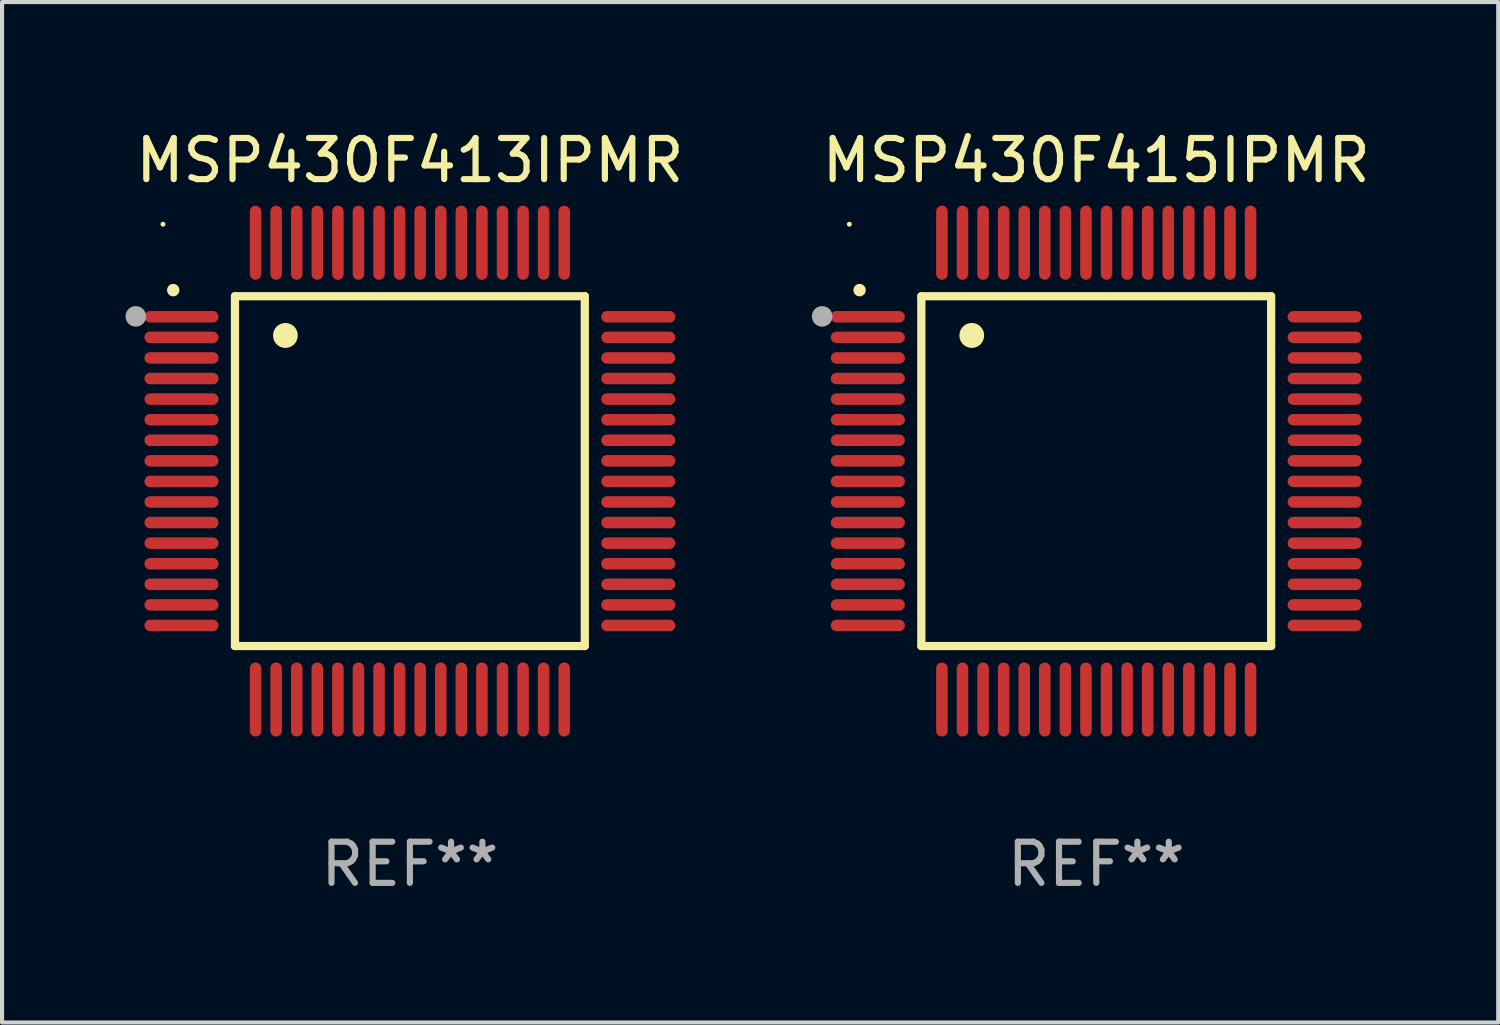
<source format=kicad_pcb>
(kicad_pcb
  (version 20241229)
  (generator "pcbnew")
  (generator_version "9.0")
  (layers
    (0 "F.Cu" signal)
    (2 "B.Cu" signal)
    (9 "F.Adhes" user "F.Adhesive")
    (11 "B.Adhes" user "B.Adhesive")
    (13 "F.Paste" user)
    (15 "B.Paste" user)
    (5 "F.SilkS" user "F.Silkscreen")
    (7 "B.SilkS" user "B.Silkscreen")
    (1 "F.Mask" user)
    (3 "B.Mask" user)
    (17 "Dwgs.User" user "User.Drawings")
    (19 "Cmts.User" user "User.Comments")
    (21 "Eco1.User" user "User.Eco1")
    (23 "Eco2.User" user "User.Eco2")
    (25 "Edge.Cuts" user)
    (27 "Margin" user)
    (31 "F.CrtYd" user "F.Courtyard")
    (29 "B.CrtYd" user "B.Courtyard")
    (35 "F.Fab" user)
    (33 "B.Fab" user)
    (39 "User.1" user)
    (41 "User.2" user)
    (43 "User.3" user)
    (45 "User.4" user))
  (footprint "MSP430F415IPMR"
    (layer "F.Cu")
    (at 23.588 8.398)
    (property "Reference" "MSP430F415IPMR" (at 0 -7.55 0) (layer "F.SilkS") (effects (font (size 1 1) (thickness 0.15))))
    (attr through_hole)
    (fp_line (start -4.25 -4.25) (end -4.25 4.25) (stroke (width 0.2) (type solid)) (layer "F.SilkS"))
    (fp_line (start -4.25 4.25) (end 4.25 4.25) (stroke (width 0.2) (type solid)) (layer "F.SilkS"))
    (fp_line (start 4.25 -4.25) (end -4.25 -4.25) (stroke (width 0.2) (type solid)) (layer "F.SilkS"))
    (fp_line (start 4.25 4.25) (end 4.25 -4.25) (stroke (width 0.2) (type solid)) (layer "F.SilkS"))
    (fp_arc (start -5.750572 -4.396749) (mid -5.750577 -4.398019) (end -5.750572 -4.399289) (stroke (width 0.3) (type solid)) (layer "F.SilkS"))
    (fp_arc (start -3.025146 -3.294387) (mid -3.025157 -3.296927) (end -3.025146 -3.299467) (stroke (width 0.6) (type solid)) (layer "F.SilkS"))
    (fp_circle (center -6 -6) (end -5.97 -6) (stroke (width 0.06) (type solid)) (fill no) (layer "F.SilkS"))
    (fp_circle (center -6.66 -3.76) (end -6.535 -3.76) (stroke (width 0.25) (type solid)) (fill no) (layer "F.Fab"))
    (fp_text user "REF**" (at 0 9.55 0) (layer "F.Fab") (effects (font (size 1 1) (thickness 0.15))))
    (pad "1" smd oval (at -5.55 -3.75) (size 1.8 0.28) (layers "F.Cu" "F.Mask" "F.Paste"))
    (pad "2" smd oval (at -5.55 -3.25) (size 1.8 0.28) (layers "F.Cu" "F.Mask" "F.Paste"))
    (pad "3" smd oval (at -5.55 -2.75) (size 1.8 0.28) (layers "F.Cu" "F.Mask" "F.Paste"))
    (pad "4" smd oval (at -5.55 -2.25) (size 1.8 0.28) (layers "F.Cu" "F.Mask" "F.Paste"))
    (pad "5" smd oval (at -5.55 -1.75) (size 1.8 0.28) (layers "F.Cu" "F.Mask" "F.Paste"))
    (pad "6" smd oval (at -5.55 -1.25) (size 1.8 0.28) (layers "F.Cu" "F.Mask" "F.Paste"))
    (pad "7" smd oval (at -5.55 -0.75) (size 1.8 0.28) (layers "F.Cu" "F.Mask" "F.Paste"))
    (pad "8" smd oval (at -5.55 -0.25) (size 1.8 0.28) (layers "F.Cu" "F.Mask" "F.Paste"))
    (pad "9" smd oval (at -5.55 0.25) (size 1.8 0.28) (layers "F.Cu" "F.Mask" "F.Paste"))
    (pad "10" smd oval (at -5.55 0.75) (size 1.8 0.28) (layers "F.Cu" "F.Mask" "F.Paste"))
    (pad "11" smd oval (at -5.55 1.25) (size 1.8 0.28) (layers "F.Cu" "F.Mask" "F.Paste"))
    (pad "12" smd oval (at -5.55 1.75) (size 1.8 0.28) (layers "F.Cu" "F.Mask" "F.Paste"))
    (pad "13" smd oval (at -5.55 2.25) (size 1.8 0.28) (layers "F.Cu" "F.Mask" "F.Paste"))
    (pad "14" smd oval (at -5.55 2.75) (size 1.8 0.28) (layers "F.Cu" "F.Mask" "F.Paste"))
    (pad "15" smd oval (at -5.55 3.25) (size 1.8 0.28) (layers "F.Cu" "F.Mask" "F.Paste"))
    (pad "16" smd oval (at -5.55 3.75) (size 1.8 0.28) (layers "F.Cu" "F.Mask" "F.Paste"))
    (pad "17" smd oval (at -3.75 5.55) (size 0.28 1.8) (layers "F.Cu" "F.Mask" "F.Paste"))
    (pad "18" smd oval (at -3.25 5.55) (size 0.28 1.8) (layers "F.Cu" "F.Mask" "F.Paste"))
    (pad "19" smd oval (at -2.75 5.55) (size 0.28 1.8) (layers "F.Cu" "F.Mask" "F.Paste"))
    (pad "20" smd oval (at -2.25 5.55) (size 0.28 1.8) (layers "F.Cu" "F.Mask" "F.Paste"))
    (pad "21" smd oval (at -1.75 5.55) (size 0.28 1.8) (layers "F.Cu" "F.Mask" "F.Paste"))
    (pad "22" smd oval (at -1.25 5.55) (size 0.28 1.8) (layers "F.Cu" "F.Mask" "F.Paste"))
    (pad "23" smd oval (at -0.75 5.55) (size 0.28 1.8) (layers "F.Cu" "F.Mask" "F.Paste"))
    (pad "24" smd oval (at -0.25 5.55) (size 0.28 1.8) (layers "F.Cu" "F.Mask" "F.Paste"))
    (pad "25" smd oval (at 0.25 5.55) (size 0.28 1.8) (layers "F.Cu" "F.Mask" "F.Paste"))
    (pad "26" smd oval (at 0.75 5.55) (size 0.28 1.8) (layers "F.Cu" "F.Mask" "F.Paste"))
    (pad "27" smd oval (at 1.25 5.55) (size 0.28 1.8) (layers "F.Cu" "F.Mask" "F.Paste"))
    (pad "28" smd oval (at 1.75 5.55) (size 0.28 1.8) (layers "F.Cu" "F.Mask" "F.Paste"))
    (pad "29" smd oval (at 2.25 5.55) (size 0.28 1.8) (layers "F.Cu" "F.Mask" "F.Paste"))
    (pad "30" smd oval (at 2.75 5.55) (size 0.28 1.8) (layers "F.Cu" "F.Mask" "F.Paste"))
    (pad "31" smd oval (at 3.25 5.55) (size 0.28 1.8) (layers "F.Cu" "F.Mask" "F.Paste"))
    (pad "32" smd oval (at 3.75 5.55) (size 0.28 1.8) (layers "F.Cu" "F.Mask" "F.Paste"))
    (pad "33" smd oval (at 5.55 3.75) (size 1.8 0.28) (layers "F.Cu" "F.Mask" "F.Paste"))
    (pad "34" smd oval (at 5.55 3.25) (size 1.8 0.28) (layers "F.Cu" "F.Mask" "F.Paste"))
    (pad "35" smd oval (at 5.55 2.75) (size 1.8 0.28) (layers "F.Cu" "F.Mask" "F.Paste"))
    (pad "36" smd oval (at 5.55 2.25) (size 1.8 0.28) (layers "F.Cu" "F.Mask" "F.Paste"))
    (pad "37" smd oval (at 5.55 1.75) (size 1.8 0.28) (layers "F.Cu" "F.Mask" "F.Paste"))
    (pad "38" smd oval (at 5.55 1.25) (size 1.8 0.28) (layers "F.Cu" "F.Mask" "F.Paste"))
    (pad "39" smd oval (at 5.55 0.75) (size 1.8 0.28) (layers "F.Cu" "F.Mask" "F.Paste"))
    (pad "40" smd oval (at 5.55 0.25) (size 1.8 0.28) (layers "F.Cu" "F.Mask" "F.Paste"))
    (pad "41" smd oval (at 5.55 -0.25) (size 1.8 0.28) (layers "F.Cu" "F.Mask" "F.Paste"))
    (pad "42" smd oval (at 5.55 -0.75) (size 1.8 0.28) (layers "F.Cu" "F.Mask" "F.Paste"))
    (pad "43" smd oval (at 5.55 -1.25) (size 1.8 0.28) (layers "F.Cu" "F.Mask" "F.Paste"))
    (pad "44" smd oval (at 5.55 -1.75) (size 1.8 0.28) (layers "F.Cu" "F.Mask" "F.Paste"))
    (pad "45" smd oval (at 5.55 -2.25) (size 1.8 0.28) (layers "F.Cu" "F.Mask" "F.Paste"))
    (pad "46" smd oval (at 5.55 -2.75) (size 1.8 0.28) (layers "F.Cu" "F.Mask" "F.Paste"))
    (pad "47" smd oval (at 5.55 -3.25) (size 1.8 0.28) (layers "F.Cu" "F.Mask" "F.Paste"))
    (pad "48" smd oval (at 5.55 -3.75) (size 1.8 0.28) (layers "F.Cu" "F.Mask" "F.Paste"))
    (pad "49" smd oval (at 3.75 -5.55) (size 0.28 1.8) (layers "F.Cu" "F.Mask" "F.Paste"))
    (pad "50" smd oval (at 3.25 -5.55) (size 0.28 1.8) (layers "F.Cu" "F.Mask" "F.Paste"))
    (pad "51" smd oval (at 2.75 -5.55) (size 0.28 1.8) (layers "F.Cu" "F.Mask" "F.Paste"))
    (pad "52" smd oval (at 2.25 -5.55) (size 0.28 1.8) (layers "F.Cu" "F.Mask" "F.Paste"))
    (pad "53" smd oval (at 1.75 -5.55) (size 0.28 1.8) (layers "F.Cu" "F.Mask" "F.Paste"))
    (pad "54" smd oval (at 1.25 -5.55) (size 0.28 1.8) (layers "F.Cu" "F.Mask" "F.Paste"))
    (pad "55" smd oval (at 0.75 -5.55) (size 0.28 1.8) (layers "F.Cu" "F.Mask" "F.Paste"))
    (pad "56" smd oval (at 0.25 -5.55) (size 0.28 1.8) (layers "F.Cu" "F.Mask" "F.Paste"))
    (pad "57" smd oval (at -0.25 -5.55) (size 0.28 1.8) (layers "F.Cu" "F.Mask" "F.Paste"))
    (pad "58" smd oval (at -0.75 -5.55) (size 0.28 1.8) (layers "F.Cu" "F.Mask" "F.Paste"))
    (pad "59" smd oval (at -1.25 -5.55) (size 0.28 1.8) (layers "F.Cu" "F.Mask" "F.Paste"))
    (pad "60" smd oval (at -1.75 -5.55) (size 0.28 1.8) (layers "F.Cu" "F.Mask" "F.Paste"))
    (pad "61" smd oval (at -2.25 -5.55) (size 0.28 1.8) (layers "F.Cu" "F.Mask" "F.Paste"))
    (pad "62" smd oval (at -2.75 -5.55) (size 0.28 1.8) (layers "F.Cu" "F.Mask" "F.Paste"))
    (pad "63" smd oval (at -3.25 -5.55) (size 0.28 1.8) (layers "F.Cu" "F.Mask" "F.Paste"))
    (pad "64" smd oval (at -3.75 -5.55) (size 0.28 1.8) (layers "F.Cu" "F.Mask" "F.Paste")))
  (footprint "MSP430F413IPMR"
    (layer "F.Cu")
    (at 6.91 8.398)
    (property "Reference" "MSP430F413IPMR" (at 0 -7.55 0) (layer "F.SilkS") (effects (font (size 1 1) (thickness 0.15))))
    (attr through_hole)
    (fp_line (start -4.25 -4.25) (end -4.25 4.25) (stroke (width 0.2) (type solid)) (layer "F.SilkS"))
    (fp_line (start -4.25 4.25) (end 4.25 4.25) (stroke (width 0.2) (type solid)) (layer "F.SilkS"))
    (fp_line (start 4.25 -4.25) (end -4.25 -4.25) (stroke (width 0.2) (type solid)) (layer "F.SilkS"))
    (fp_line (start 4.25 4.25) (end 4.25 -4.25) (stroke (width 0.2) (type solid)) (layer "F.SilkS"))
    (fp_arc (start -5.750572 -4.396749) (mid -5.750577 -4.398019) (end -5.750572 -4.399289) (stroke (width 0.3) (type solid)) (layer "F.SilkS"))
    (fp_arc (start -3.025146 -3.294387) (mid -3.025157 -3.296927) (end -3.025146 -3.299467) (stroke (width 0.6) (type solid)) (layer "F.SilkS"))
    (fp_circle (center -6 -6) (end -5.97 -6) (stroke (width 0.06) (type solid)) (fill no) (layer "F.SilkS"))
    (fp_circle (center -6.66 -3.76) (end -6.535 -3.76) (stroke (width 0.25) (type solid)) (fill no) (layer "F.Fab"))
    (fp_text user "REF**" (at 0 9.55 0) (layer "F.Fab") (effects (font (size 1 1) (thickness 0.15))))
    (pad "1" smd oval (at -5.55 -3.75) (size 1.8 0.28) (layers "F.Cu" "F.Mask" "F.Paste"))
    (pad "2" smd oval (at -5.55 -3.25) (size 1.8 0.28) (layers "F.Cu" "F.Mask" "F.Paste"))
    (pad "3" smd oval (at -5.55 -2.75) (size 1.8 0.28) (layers "F.Cu" "F.Mask" "F.Paste"))
    (pad "4" smd oval (at -5.55 -2.25) (size 1.8 0.28) (layers "F.Cu" "F.Mask" "F.Paste"))
    (pad "5" smd oval (at -5.55 -1.75) (size 1.8 0.28) (layers "F.Cu" "F.Mask" "F.Paste"))
    (pad "6" smd oval (at -5.55 -1.25) (size 1.8 0.28) (layers "F.Cu" "F.Mask" "F.Paste"))
    (pad "7" smd oval (at -5.55 -0.75) (size 1.8 0.28) (layers "F.Cu" "F.Mask" "F.Paste"))
    (pad "8" smd oval (at -5.55 -0.25) (size 1.8 0.28) (layers "F.Cu" "F.Mask" "F.Paste"))
    (pad "9" smd oval (at -5.55 0.25) (size 1.8 0.28) (layers "F.Cu" "F.Mask" "F.Paste"))
    (pad "10" smd oval (at -5.55 0.75) (size 1.8 0.28) (layers "F.Cu" "F.Mask" "F.Paste"))
    (pad "11" smd oval (at -5.55 1.25) (size 1.8 0.28) (layers "F.Cu" "F.Mask" "F.Paste"))
    (pad "12" smd oval (at -5.55 1.75) (size 1.8 0.28) (layers "F.Cu" "F.Mask" "F.Paste"))
    (pad "13" smd oval (at -5.55 2.25) (size 1.8 0.28) (layers "F.Cu" "F.Mask" "F.Paste"))
    (pad "14" smd oval (at -5.55 2.75) (size 1.8 0.28) (layers "F.Cu" "F.Mask" "F.Paste"))
    (pad "15" smd oval (at -5.55 3.25) (size 1.8 0.28) (layers "F.Cu" "F.Mask" "F.Paste"))
    (pad "16" smd oval (at -5.55 3.75) (size 1.8 0.28) (layers "F.Cu" "F.Mask" "F.Paste"))
    (pad "17" smd oval (at -3.75 5.55) (size 0.28 1.8) (layers "F.Cu" "F.Mask" "F.Paste"))
    (pad "18" smd oval (at -3.25 5.55) (size 0.28 1.8) (layers "F.Cu" "F.Mask" "F.Paste"))
    (pad "19" smd oval (at -2.75 5.55) (size 0.28 1.8) (layers "F.Cu" "F.Mask" "F.Paste"))
    (pad "20" smd oval (at -2.25 5.55) (size 0.28 1.8) (layers "F.Cu" "F.Mask" "F.Paste"))
    (pad "21" smd oval (at -1.75 5.55) (size 0.28 1.8) (layers "F.Cu" "F.Mask" "F.Paste"))
    (pad "22" smd oval (at -1.25 5.55) (size 0.28 1.8) (layers "F.Cu" "F.Mask" "F.Paste"))
    (pad "23" smd oval (at -0.75 5.55) (size 0.28 1.8) (layers "F.Cu" "F.Mask" "F.Paste"))
    (pad "24" smd oval (at -0.25 5.55) (size 0.28 1.8) (layers "F.Cu" "F.Mask" "F.Paste"))
    (pad "25" smd oval (at 0.25 5.55) (size 0.28 1.8) (layers "F.Cu" "F.Mask" "F.Paste"))
    (pad "26" smd oval (at 0.75 5.55) (size 0.28 1.8) (layers "F.Cu" "F.Mask" "F.Paste"))
    (pad "27" smd oval (at 1.25 5.55) (size 0.28 1.8) (layers "F.Cu" "F.Mask" "F.Paste"))
    (pad "28" smd oval (at 1.75 5.55) (size 0.28 1.8) (layers "F.Cu" "F.Mask" "F.Paste"))
    (pad "29" smd oval (at 2.25 5.55) (size 0.28 1.8) (layers "F.Cu" "F.Mask" "F.Paste"))
    (pad "30" smd oval (at 2.75 5.55) (size 0.28 1.8) (layers "F.Cu" "F.Mask" "F.Paste"))
    (pad "31" smd oval (at 3.25 5.55) (size 0.28 1.8) (layers "F.Cu" "F.Mask" "F.Paste"))
    (pad "32" smd oval (at 3.75 5.55) (size 0.28 1.8) (layers "F.Cu" "F.Mask" "F.Paste"))
    (pad "33" smd oval (at 5.55 3.75) (size 1.8 0.28) (layers "F.Cu" "F.Mask" "F.Paste"))
    (pad "34" smd oval (at 5.55 3.25) (size 1.8 0.28) (layers "F.Cu" "F.Mask" "F.Paste"))
    (pad "35" smd oval (at 5.55 2.75) (size 1.8 0.28) (layers "F.Cu" "F.Mask" "F.Paste"))
    (pad "36" smd oval (at 5.55 2.25) (size 1.8 0.28) (layers "F.Cu" "F.Mask" "F.Paste"))
    (pad "37" smd oval (at 5.55 1.75) (size 1.8 0.28) (layers "F.Cu" "F.Mask" "F.Paste"))
    (pad "38" smd oval (at 5.55 1.25) (size 1.8 0.28) (layers "F.Cu" "F.Mask" "F.Paste"))
    (pad "39" smd oval (at 5.55 0.75) (size 1.8 0.28) (layers "F.Cu" "F.Mask" "F.Paste"))
    (pad "40" smd oval (at 5.55 0.25) (size 1.8 0.28) (layers "F.Cu" "F.Mask" "F.Paste"))
    (pad "41" smd oval (at 5.55 -0.25) (size 1.8 0.28) (layers "F.Cu" "F.Mask" "F.Paste"))
    (pad "42" smd oval (at 5.55 -0.75) (size 1.8 0.28) (layers "F.Cu" "F.Mask" "F.Paste"))
    (pad "43" smd oval (at 5.55 -1.25) (size 1.8 0.28) (layers "F.Cu" "F.Mask" "F.Paste"))
    (pad "44" smd oval (at 5.55 -1.75) (size 1.8 0.28) (layers "F.Cu" "F.Mask" "F.Paste"))
    (pad "45" smd oval (at 5.55 -2.25) (size 1.8 0.28) (layers "F.Cu" "F.Mask" "F.Paste"))
    (pad "46" smd oval (at 5.55 -2.75) (size 1.8 0.28) (layers "F.Cu" "F.Mask" "F.Paste"))
    (pad "47" smd oval (at 5.55 -3.25) (size 1.8 0.28) (layers "F.Cu" "F.Mask" "F.Paste"))
    (pad "48" smd oval (at 5.55 -3.75) (size 1.8 0.28) (layers "F.Cu" "F.Mask" "F.Paste"))
    (pad "49" smd oval (at 3.75 -5.55) (size 0.28 1.8) (layers "F.Cu" "F.Mask" "F.Paste"))
    (pad "50" smd oval (at 3.25 -5.55) (size 0.28 1.8) (layers "F.Cu" "F.Mask" "F.Paste"))
    (pad "51" smd oval (at 2.75 -5.55) (size 0.28 1.8) (layers "F.Cu" "F.Mask" "F.Paste"))
    (pad "52" smd oval (at 2.25 -5.55) (size 0.28 1.8) (layers "F.Cu" "F.Mask" "F.Paste"))
    (pad "53" smd oval (at 1.75 -5.55) (size 0.28 1.8) (layers "F.Cu" "F.Mask" "F.Paste"))
    (pad "54" smd oval (at 1.25 -5.55) (size 0.28 1.8) (layers "F.Cu" "F.Mask" "F.Paste"))
    (pad "55" smd oval (at 0.75 -5.55) (size 0.28 1.8) (layers "F.Cu" "F.Mask" "F.Paste"))
    (pad "56" smd oval (at 0.25 -5.55) (size 0.28 1.8) (layers "F.Cu" "F.Mask" "F.Paste"))
    (pad "57" smd oval (at -0.25 -5.55) (size 0.28 1.8) (layers "F.Cu" "F.Mask" "F.Paste"))
    (pad "58" smd oval (at -0.75 -5.55) (size 0.28 1.8) (layers "F.Cu" "F.Mask" "F.Paste"))
    (pad "59" smd oval (at -1.25 -5.55) (size 0.28 1.8) (layers "F.Cu" "F.Mask" "F.Paste"))
    (pad "60" smd oval (at -1.75 -5.55) (size 0.28 1.8) (layers "F.Cu" "F.Mask" "F.Paste"))
    (pad "61" smd oval (at -2.25 -5.55) (size 0.28 1.8) (layers "F.Cu" "F.Mask" "F.Paste"))
    (pad "62" smd oval (at -2.75 -5.55) (size 0.28 1.8) (layers "F.Cu" "F.Mask" "F.Paste"))
    (pad "63" smd oval (at -3.25 -5.55) (size 0.28 1.8) (layers "F.Cu" "F.Mask" "F.Paste"))
    (pad "64" smd oval (at -3.75 -5.55) (size 0.28 1.8) (layers "F.Cu" "F.Mask" "F.Paste")))
  (gr_rect
    (start -3 -3)
    (end 33.356 21.796)
    (stroke (width 0.1) (type default))
    (fill no)
    (layer "Edge.Cuts")))
</source>
